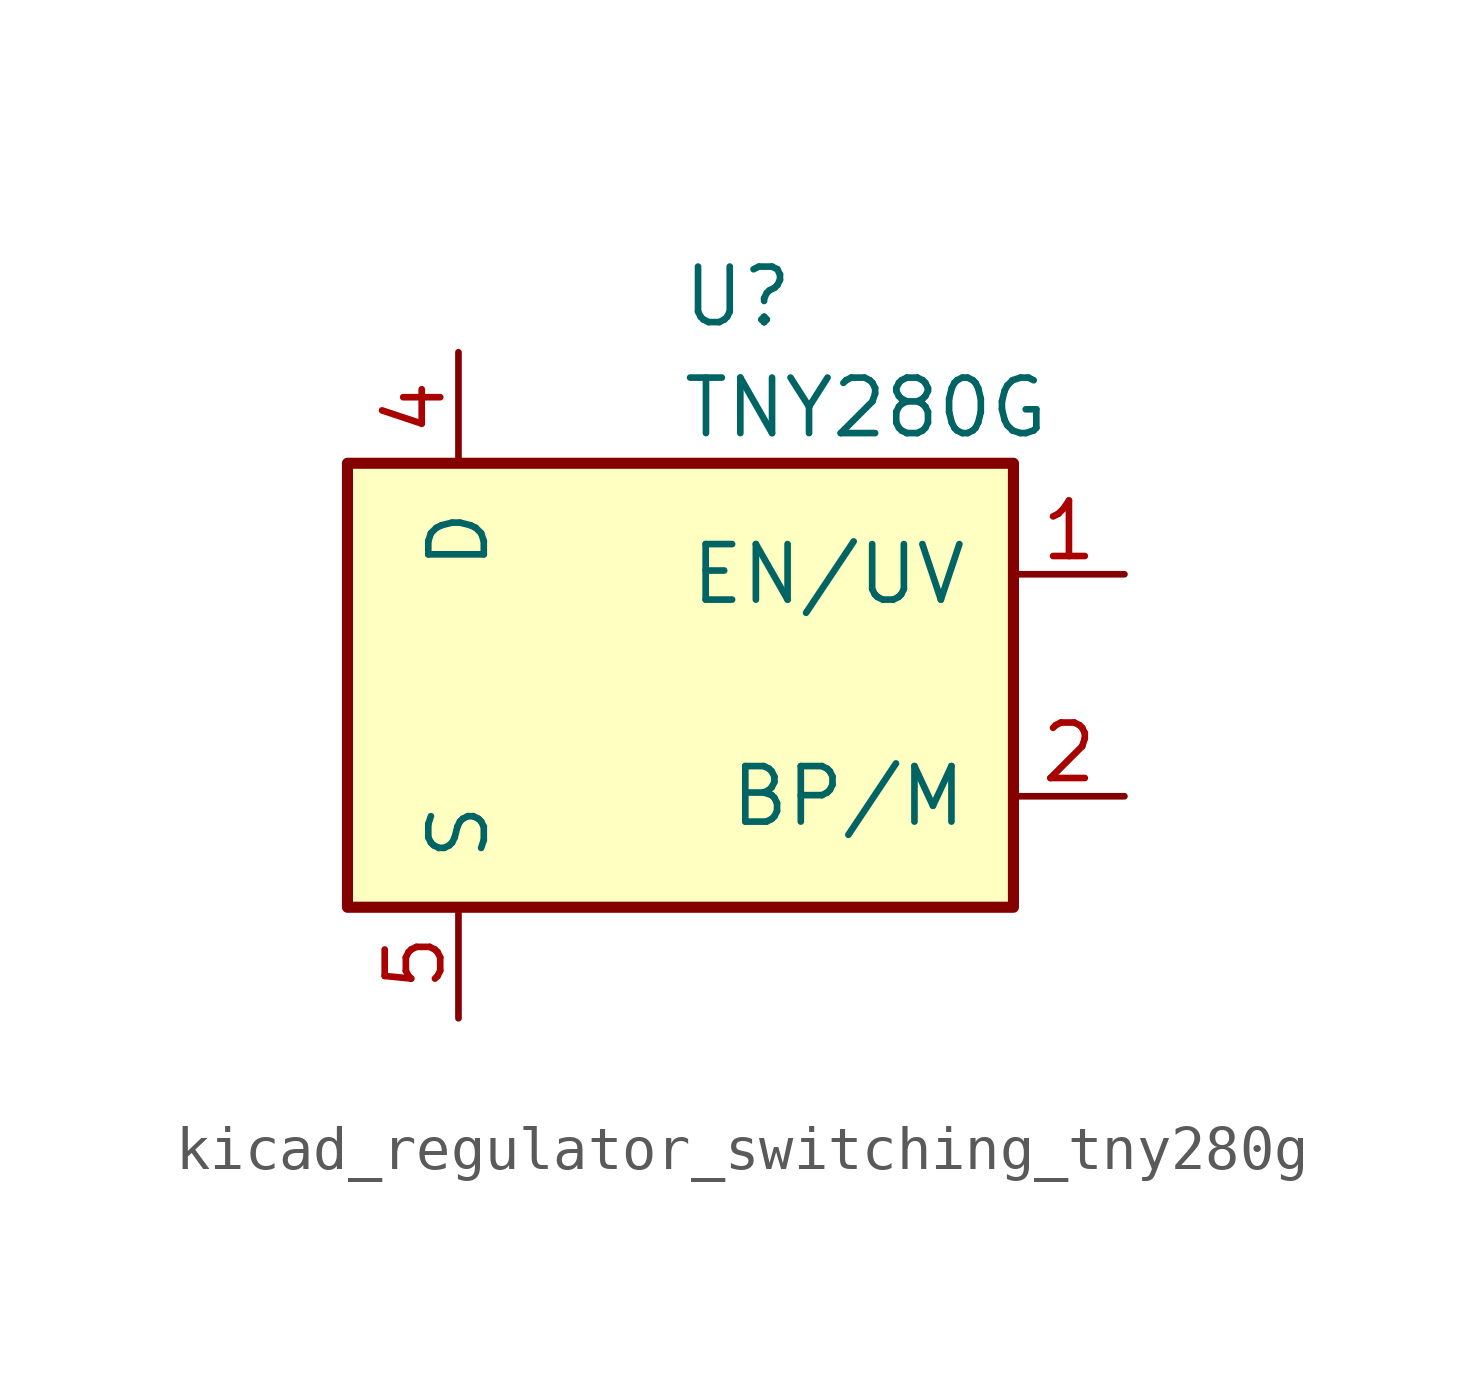
<source format=kicad_sym>
(kicad_symbol_lib
  (version 20220914)
  (generator kicad_symbol_editor)
  (symbol "kicad_regulator_switching_tny280g"
    (pin_names
      (offset 1.016))
    (property "Reference" "U"
      (at 0 8.89 0)
      (effects (font (size 1.27 1.27)) (justify left)))
    (property "Value" "TNY280G"
      (at 0 6.35 0)
      (effects (font (size 1.27 1.27)) (justify left)))
    (symbol "kicad_regulator_switching_tny280g_0_1"
      (rectangle (start -7.62 5.08) (end 7.62 -5.08) (stroke (width 0.254) (type default)) (fill (type background))))
    (symbol "kicad_regulator_switching_tny280g_1_1"
      (pin input line (at 10.16 2.54 180) (length 2.54) (name "EN/UV" (effects (font (size 1.27 1.27)))) (number "1" (effects (font (size 1.27 1.27)))))
      (pin input line (at 10.16 -2.54 180) (length 2.54) (name "BP/M" (effects (font (size 1.27 1.27)))) (number "2" (effects (font (size 1.27 1.27)))))
      (pin open_collector line (at -5.08 7.62 270) (length 2.54) (name "D" (effects (font (size 1.27 1.27)))) (number "4" (effects (font (size 1.27 1.27)))))
      (pin power_in line (at -5.08 -7.62 90) (length 2.54) (name "S" (effects (font (size 1.27 1.27)))) (number "5" (effects (font (size 1.27 1.27)))))
      (pin passive line (at -5.08 -7.62 90) (length 2.54) hide (name "S" (effects (font (size 1.27 1.27)))) (number "6" (effects (font (size 1.27 1.27)))))
      (pin passive line (at -5.08 -7.62 90) (length 2.54) hide (name "S" (effects (font (size 1.27 1.27)))) (number "7" (effects (font (size 1.27 1.27)))))
      (pin passive line (at -5.08 -7.62 90) (length 2.54) hide (name "S" (effects (font (size 1.27 1.27)))) (number "8" (effects (font (size 1.27 1.27))))))))
</source>
